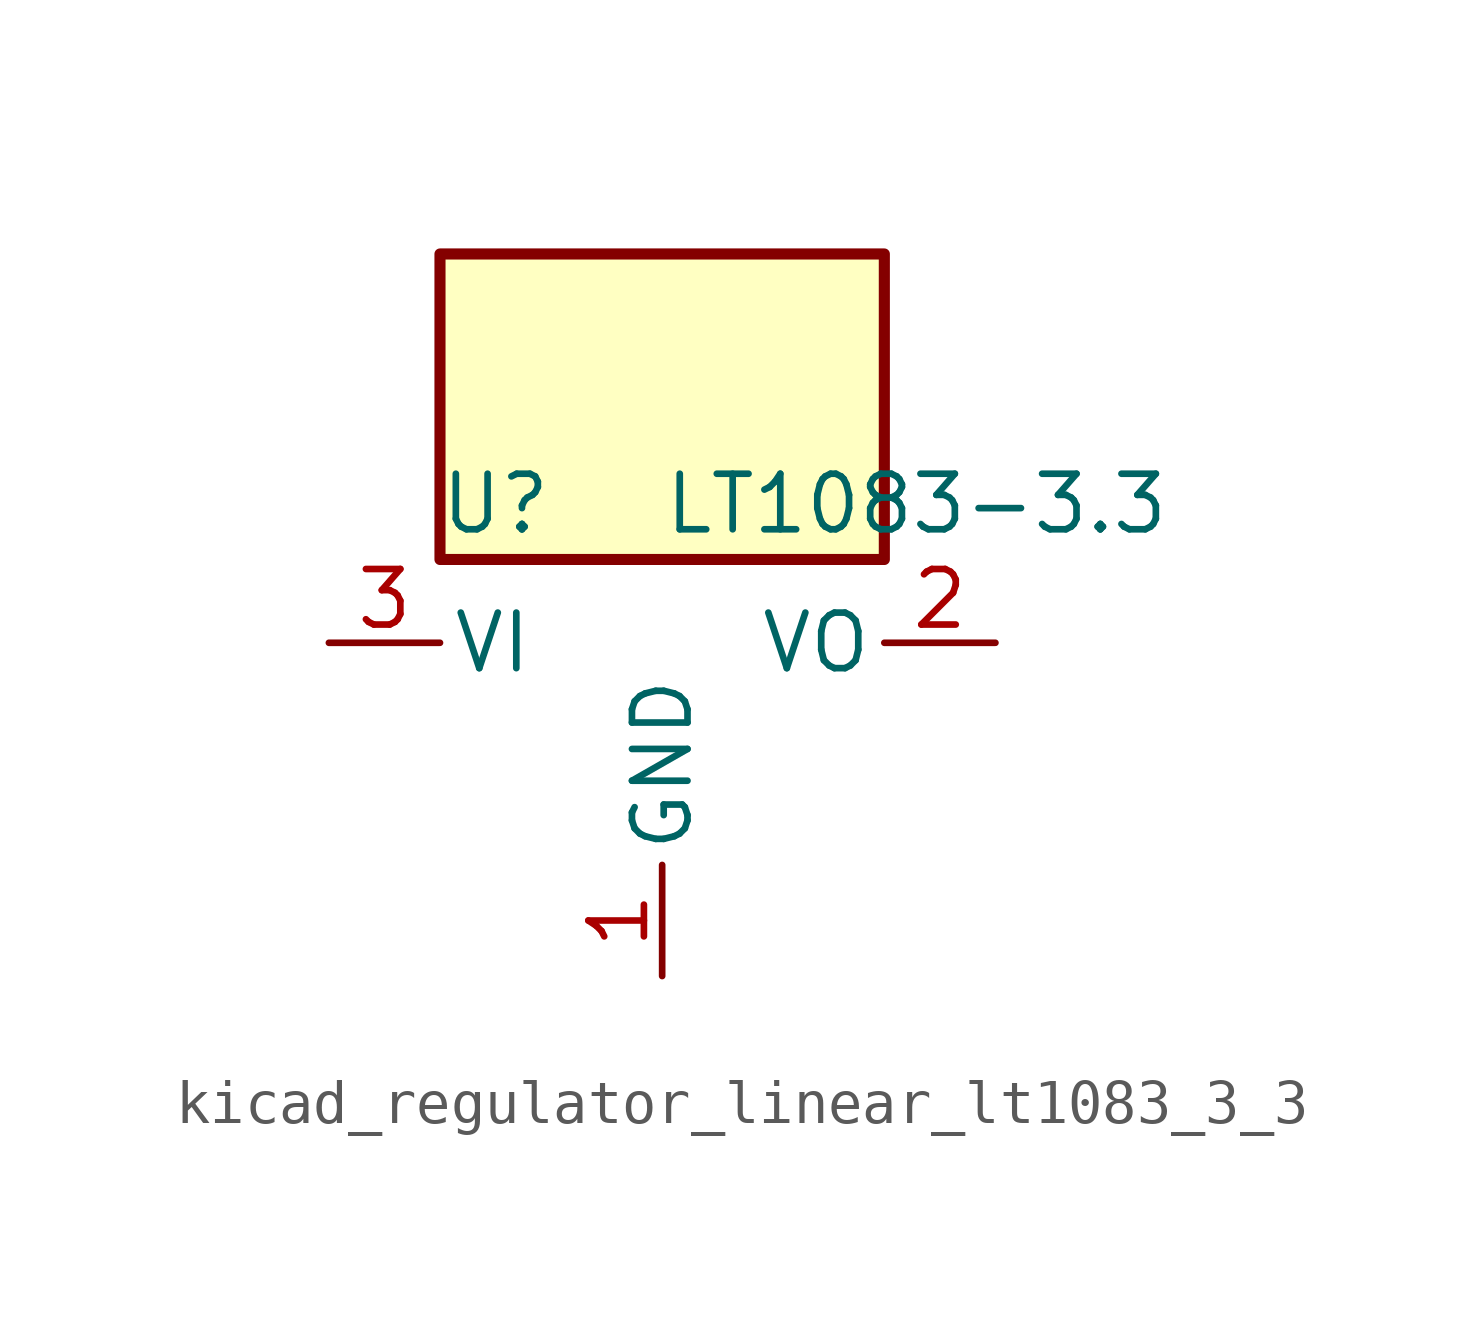
<source format=kicad_sym>
(kicad_symbol_lib
  (version 20220914)
  (generator kicad_symbol_editor)
  (symbol "kicad_regulator_linear_lt1083_3_3"
    (pin_names
      (offset 0.254))
    (property "Reference" "U"
      (at -3.81 3.175 0)
      (effects (font (size 1.27 1.27))))
    (property "Value" "LT1083-3.3"
      (at 0 3.175 0)
      (effects (font (size 1.27 1.27)) (justify left)))
    (symbol "kicad_regulator_linear_lt1083_3_3_0_1"
      (rectangle (start 5.08 8.89) (end -5.08 1.905) (stroke (width 0.254) (type default)) (fill (type background))))
    (symbol "kicad_regulator_linear_lt1083_3_3_1_1"
      (pin power_in line (at 0 -7.62 90) (length 2.54) (name "GND" (effects (font (size 1.27 1.27)))) (number "1" (effects (font (size 1.27 1.27)))))
      (pin power_out line (at 7.62 0 180) (length 2.54) (name "VO" (effects (font (size 1.27 1.27)))) (number "2" (effects (font (size 1.27 1.27)))))
      (pin power_in line (at -7.62 0 0) (length 2.54) (name "VI" (effects (font (size 1.27 1.27)))) (number "3" (effects (font (size 1.27 1.27))))))))
</source>
